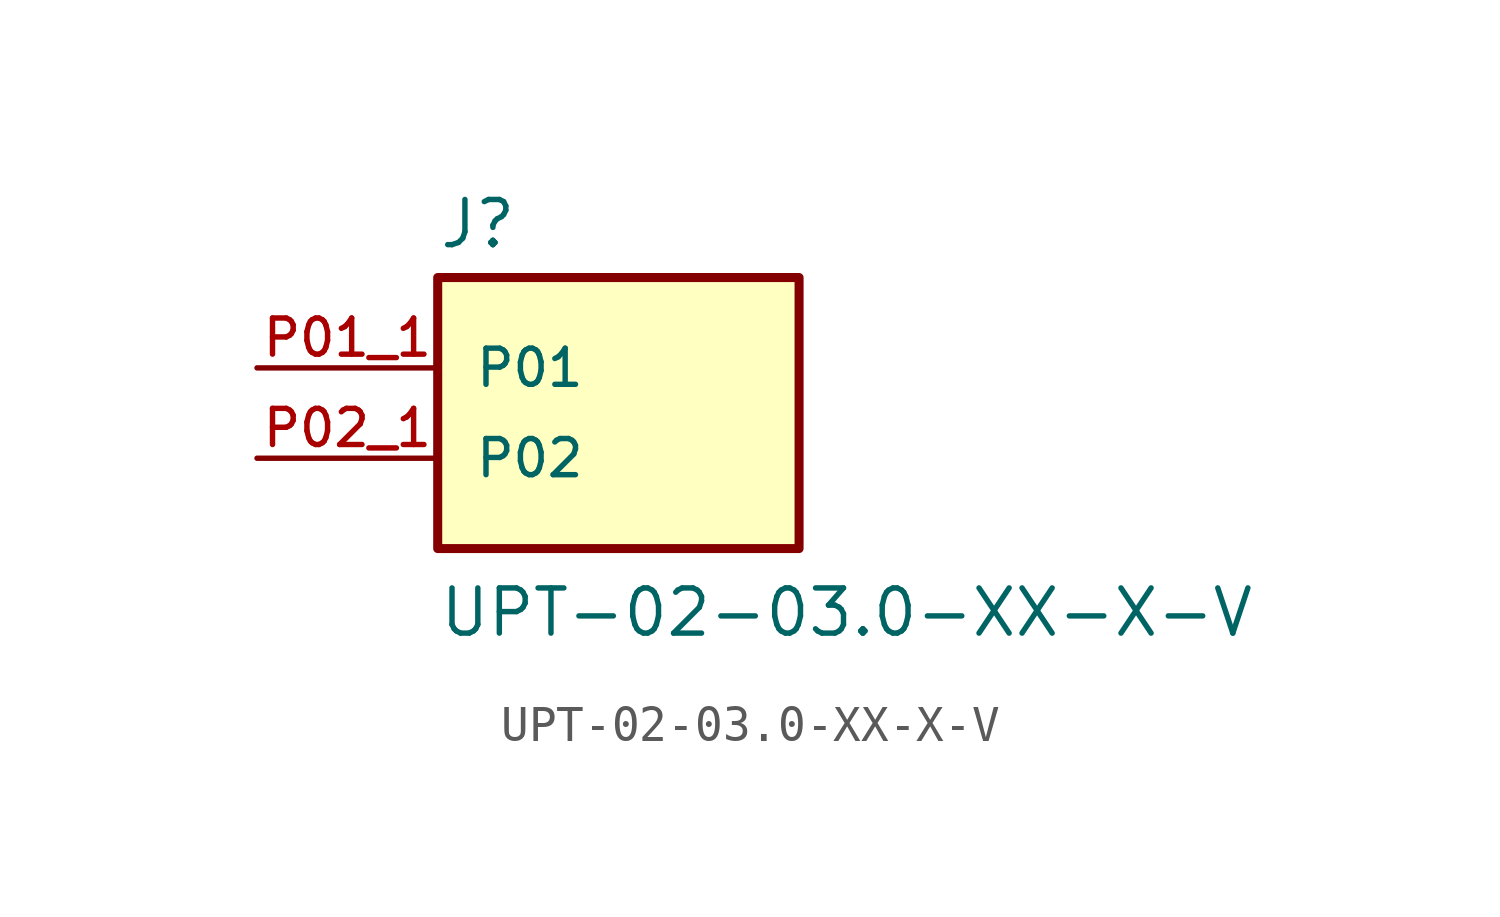
<source format=kicad_sym>
(kicad_symbol_lib
  (version 20211014)
  (generator kicad_symbol_editor)
  (symbol "UPT-02-03.0-XX-X-V"
    (pin_names
      (offset 1.016))
    (property "Reference" "J"
      (at -5.08 3.302 0)
      (effects (font (size 1.27 1.27)) (justify bottom left)))
    (property "Value" "UPT-02-03.0-XX-X-V"
      (at -5.08 -7.62 0)
      (effects (font (size 1.27 1.27)) (justify bottom left)))
    (symbol "UPT-02-03.0-XX-X-V_0_0"
      (rectangle (start -5.08 -5.08) (end 5.08 2.54) (stroke (width 0.254)) (fill (type background)))
      (pin power_in line (at -10.16 0.0 0) (length 5.08) (name "P01" (effects (font (size 1.016 1.016)))) (number "P01_1" (effects (font (size 1.016 1.016)))))
      (pin power_in line (at -10.16 -2.54 0) (length 5.08) (name "P02" (effects (font (size 1.016 1.016)))) (number "P02_1" (effects (font (size 1.016 1.016))))))))
</source>
